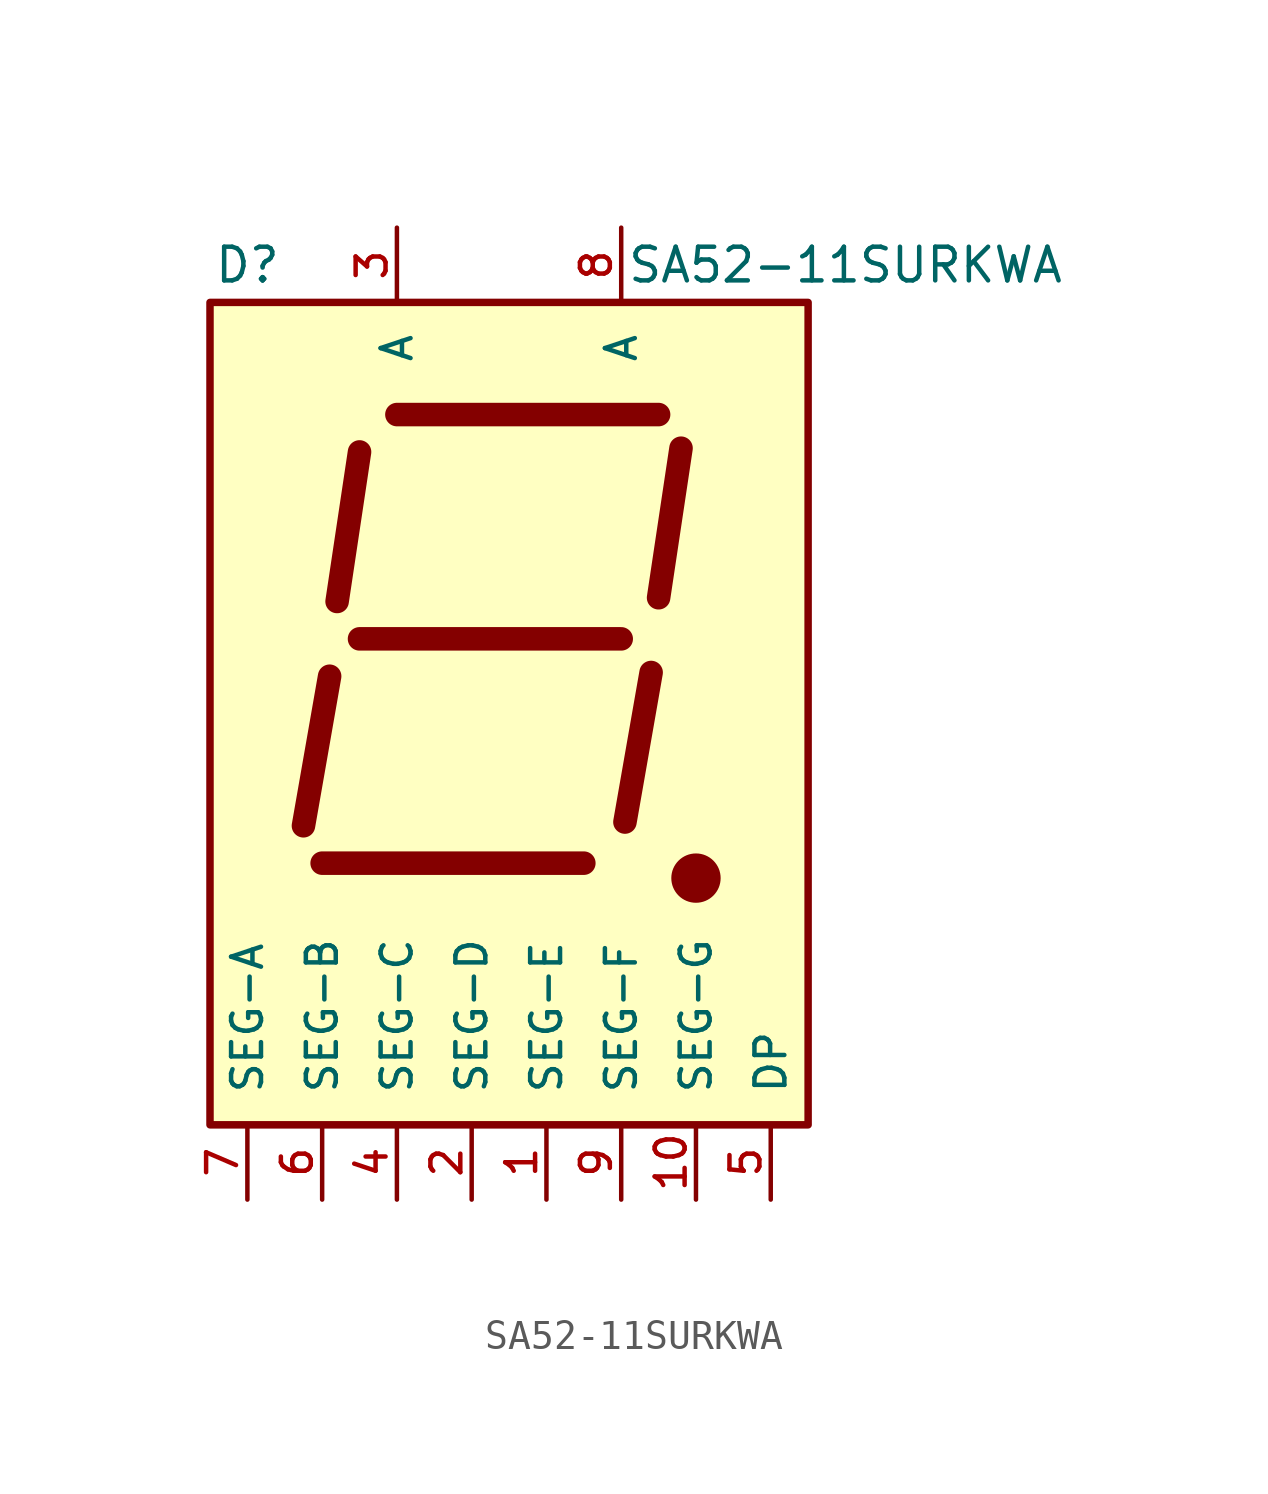
<source format=kicad_sym>
(kicad_symbol_lib
  (version 20241209)
  (generator "kicad_symbol_editor")
  (generator_version "9.0")
  (symbol "SA52-11SURKWA"
    (pin_names
      (offset 1.016))
    (property "Reference" "D"
      (at -8.89 15.24 0)
      (effects (font (size 1.143 1.143))))
    (property "Value" "SA52-11SURKWA"
      (at 11.43 15.24 0)
      (effects (font (size 1.143 1.143))))
    (symbol "SA52-11SURKWA_0_1"
      (rectangle (start -10.16 13.97) (end 10.16 -13.97) (stroke (width 0.254) (type default)) (fill (type background))))
    (symbol "SA52-11SURKWA_1_1"
      (polyline (pts (xy -6.985 -3.81) (xy -6.096 1.27)) (stroke (width 0.8) (type default)) (fill (type none)))
      (polyline (pts (xy -6.35 -5.08) (xy 2.54 -5.08)) (stroke (width 0.8) (type default)) (fill (type none)))
      (polyline (pts (xy -5.842 3.81) (xy -5.08 8.89)) (stroke (width 0.8) (type default)) (fill (type none)))
      (polyline (pts (xy -5.08 2.54) (xy 3.81 2.54)) (stroke (width 0.8) (type default)) (fill (type none)))
      (polyline (pts (xy -3.81 10.16) (xy 5.08 10.16)) (stroke (width 0.8) (type default)) (fill (type none)))
      (polyline (pts (xy 3.937 -3.683) (xy 4.826 1.397)) (stroke (width 0.8) (type default)) (fill (type none)))
      (polyline (pts (xy 5.08 3.937) (xy 5.842 9.017)) (stroke (width 0.8) (type default)) (fill (type none)))
      (circle (center 6.35 -5.588) (radius 0.762) (stroke (width 0) (type default)) (fill (type outline)))
      (pin passive line (at -8.89 -16.51 90) (length 2.54) (name "SEG-A" (effects (font (size 1.016 1.016)))) (number "7" (effects (font (size 1.016 1.016)))))
      (pin passive line (at -6.35 -16.51 90) (length 2.54) (name "SEG-B" (effects (font (size 1.016 1.016)))) (number "6" (effects (font (size 1.016 1.016)))))
      (pin passive line (at -3.81 16.51 270) (length 2.54) (name "A" (effects (font (size 1.016 1.016)))) (number "3" (effects (font (size 1.016 1.016)))))
      (pin passive line (at -3.81 -16.51 90) (length 2.54) (name "SEG-C" (effects (font (size 1.016 1.016)))) (number "4" (effects (font (size 1.016 1.016)))))
      (pin passive line (at -1.27 -16.51 90) (length 2.54) (name "SEG-D" (effects (font (size 1.016 1.016)))) (number "2" (effects (font (size 1.016 1.016)))))
      (pin passive line (at 1.27 -16.51 90) (length 2.54) (name "SEG-E" (effects (font (size 1.016 1.016)))) (number "1" (effects (font (size 1.016 1.016)))))
      (pin passive line (at 3.81 16.51 270) (length 2.54) (name "A" (effects (font (size 1.016 1.016)))) (number "8" (effects (font (size 1.016 1.016)))))
      (pin passive line (at 3.81 -16.51 90) (length 2.54) (name "SEG-F" (effects (font (size 1.016 1.016)))) (number "9" (effects (font (size 1.016 1.016)))))
      (pin passive line (at 6.35 -16.51 90) (length 2.54) (name "SEG-G" (effects (font (size 1.016 1.016)))) (number "10" (effects (font (size 1.016 1.016)))))
      (pin passive line (at 8.89 -16.51 90) (length 2.54) (name "DP" (effects (font (size 1.016 1.016)))) (number "5" (effects (font (size 1.016 1.016))))))))
</source>
